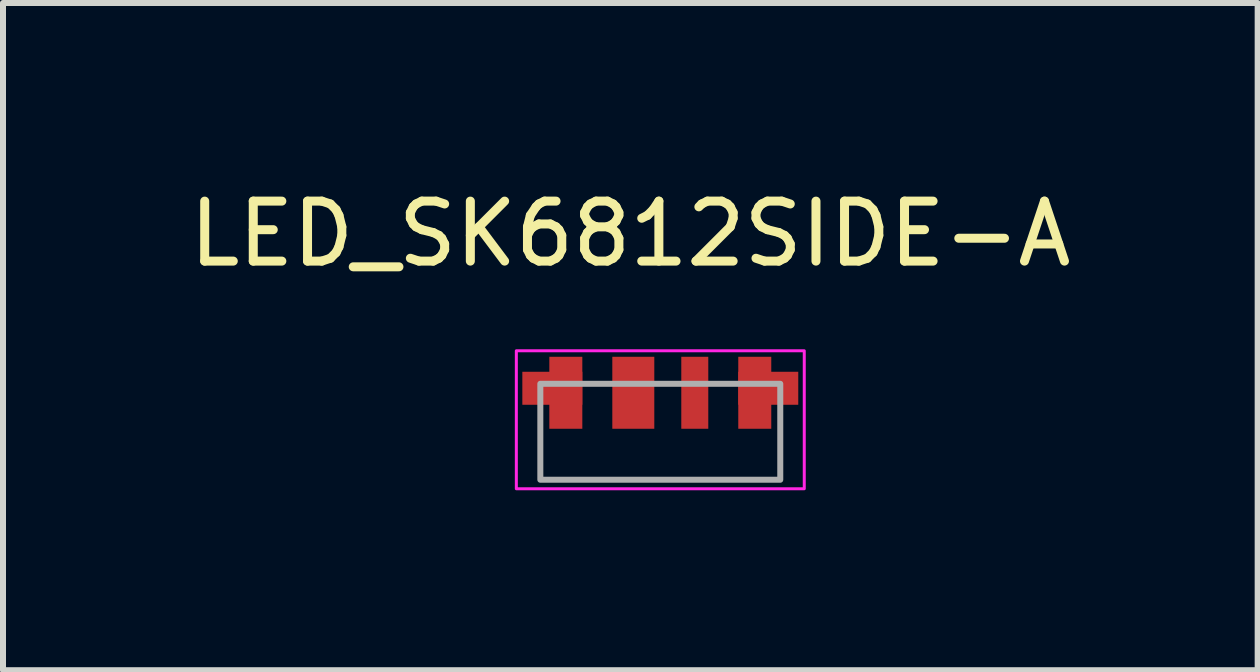
<source format=kicad_pcb>
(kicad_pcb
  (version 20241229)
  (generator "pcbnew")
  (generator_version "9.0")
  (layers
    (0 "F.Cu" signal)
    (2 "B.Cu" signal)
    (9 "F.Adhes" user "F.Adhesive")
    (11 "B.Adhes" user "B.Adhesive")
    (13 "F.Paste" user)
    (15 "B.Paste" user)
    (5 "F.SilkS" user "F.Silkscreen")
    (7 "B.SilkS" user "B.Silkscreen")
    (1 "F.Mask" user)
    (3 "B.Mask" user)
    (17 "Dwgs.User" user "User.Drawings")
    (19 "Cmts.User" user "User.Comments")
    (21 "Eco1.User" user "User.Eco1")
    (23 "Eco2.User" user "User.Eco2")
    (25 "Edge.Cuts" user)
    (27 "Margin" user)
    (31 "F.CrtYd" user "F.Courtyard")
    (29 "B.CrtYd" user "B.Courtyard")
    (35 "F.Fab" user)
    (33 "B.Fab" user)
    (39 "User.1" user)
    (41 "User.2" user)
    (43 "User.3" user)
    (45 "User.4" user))
  (footprint "LED_SK6812SIDE-A"
    (layer "F.Cu")
    (at 7.958 3.498)
    (property "Reference" "LED_SK6812SIDE-A" (at -0.5 -2.65 0) (unlocked yes) (layer "F.SilkS") (effects (font (size 1 1) (thickness 0.15))))
    (attr smd)
    (fp_rect (start -2.4 -0.7) (end 2.4 1.6) (stroke (width 0.05) (type default)) (fill no) (layer "F.CrtYd"))
    (fp_rect (start -2 -0.15) (end 2 1.45) (stroke (width 0.1) (type default)) (fill no) (layer "F.Fab"))
    (pad "1" smd rect (at -1.8 -0.075) (size 1 0.55) (layers "F.Cu" "F.Mask" "F.Paste"))
    (pad "1" smd rect (at -1.575 0) (size 0.55 1.2) (layers "F.Cu" "F.Mask" "F.Paste"))
    (pad "2" smd rect (at -0.45 0) (size 0.7 1.2) (layers "F.Cu" "F.Mask" "F.Paste"))
    (pad "3" smd rect (at 0.575 0) (size 0.45 1.2) (layers "F.Cu" "F.Mask" "F.Paste"))
    (pad "4" smd rect (at 1.575 0) (size 0.55 1.2) (layers "F.Cu" "F.Mask" "F.Paste"))
    (pad "4" smd rect (at 1.8 -0.075) (size 1 0.55) (layers "F.Cu" "F.Mask" "F.Paste")))
  (gr_rect
    (start -3 -3)
    (end 17.917 8.123)
    (stroke (width 0.1) (type default))
    (fill no)
    (layer "Edge.Cuts")))
</source>
